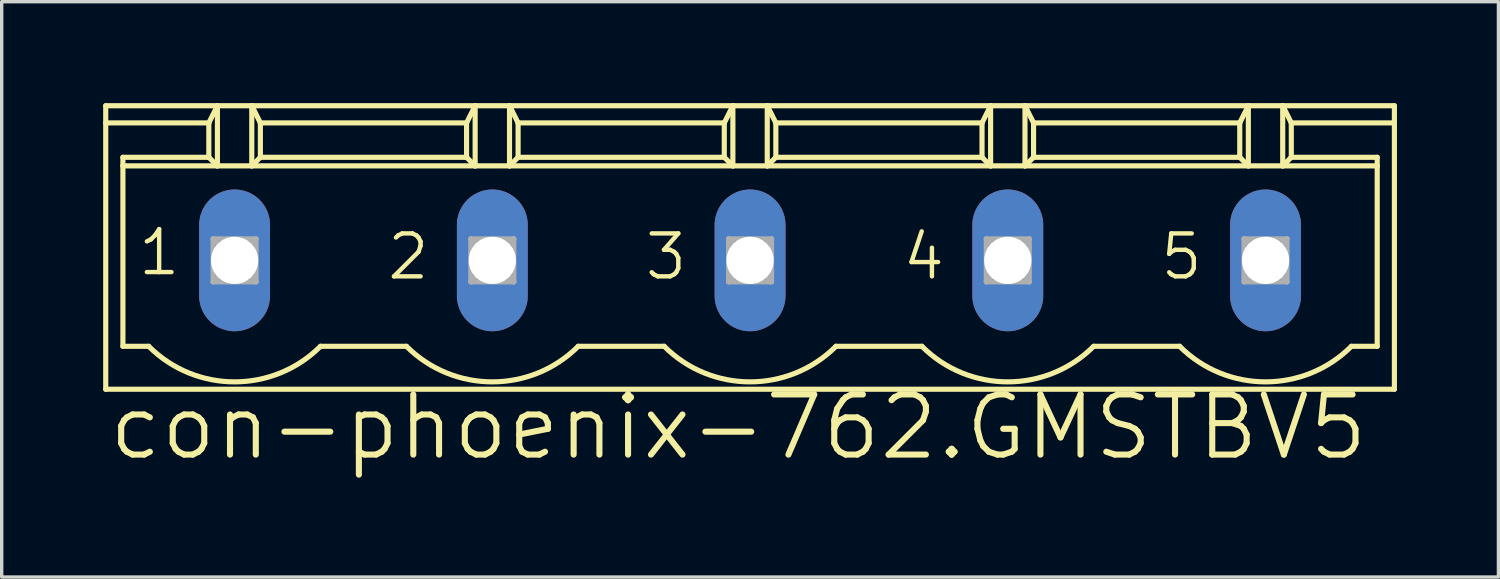
<source format=kicad_pcb>
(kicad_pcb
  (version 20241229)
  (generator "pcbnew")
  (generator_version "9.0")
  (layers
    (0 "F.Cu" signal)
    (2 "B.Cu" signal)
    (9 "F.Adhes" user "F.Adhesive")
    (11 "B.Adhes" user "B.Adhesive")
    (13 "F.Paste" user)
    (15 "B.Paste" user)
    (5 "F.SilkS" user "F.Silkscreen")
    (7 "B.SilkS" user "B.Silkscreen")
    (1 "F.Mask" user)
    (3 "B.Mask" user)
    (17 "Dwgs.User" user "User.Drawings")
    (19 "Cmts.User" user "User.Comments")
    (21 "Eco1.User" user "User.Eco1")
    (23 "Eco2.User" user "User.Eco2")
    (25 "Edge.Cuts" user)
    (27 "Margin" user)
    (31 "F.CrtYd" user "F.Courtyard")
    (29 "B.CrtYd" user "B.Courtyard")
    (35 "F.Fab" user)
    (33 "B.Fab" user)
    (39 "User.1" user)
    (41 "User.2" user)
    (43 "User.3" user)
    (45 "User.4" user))
  (footprint "con-phoenix-762.GMSTBV5"
    (layer "F.Cu")
    (at 19.126 4.648)
    (property "Reference" "con-phoenix-762.GMSTBV5" (at -19.05 5.969 0) (layer "F.SilkS") (effects (font (size 1.778 1.778) (thickness 0.18)) (justify left bottom)))
    (attr through_hole)
    (fp_line (start -19.05 -4.572) (end -15.748 -4.572) (stroke (width 0.152) (type default)) (layer "F.SilkS"))
    (fp_line (start -19.05 -4.064) (end -19.05 -4.572) (stroke (width 0.152) (type default)) (layer "F.SilkS"))
    (fp_line (start -19.05 -4.064) (end -16.002 -4.064) (stroke (width 0.152) (type default)) (layer "F.SilkS"))
    (fp_line (start -19.05 3.81) (end -19.05 -4.064) (stroke (width 0.152) (type default)) (layer "F.SilkS"))
    (fp_line (start -18.542 -3.048) (end -16.002 -3.048) (stroke (width 0.152) (type default)) (layer "F.SilkS"))
    (fp_line (start -18.542 -2.794) (end -18.542 -3.048) (stroke (width 0.152) (type default)) (layer "F.SilkS"))
    (fp_line (start -18.542 -2.794) (end -15.748 -2.794) (stroke (width 0.152) (type default)) (layer "F.SilkS"))
    (fp_line (start -18.542 2.54) (end -18.542 -2.794) (stroke (width 0.152) (type default)) (layer "F.SilkS"))
    (fp_line (start -17.78 2.54) (end -18.542 2.54) (stroke (width 0.152) (type default)) (layer "F.SilkS"))
    (fp_line (start -16.002 -4.064) (end -15.748 -4.572) (stroke (width 0.152) (type default)) (layer "F.SilkS"))
    (fp_line (start -16.002 -3.048) (end -16.002 -4.064) (stroke (width 0.152) (type default)) (layer "F.SilkS"))
    (fp_line (start -16.002 -3.048) (end -15.748 -2.794) (stroke (width 0.152) (type default)) (layer "F.SilkS"))
    (fp_line (start -15.748 -4.572) (end -14.732 -4.572) (stroke (width 0.152) (type default)) (layer "F.SilkS"))
    (fp_line (start -15.748 -2.794) (end -15.748 -4.572) (stroke (width 0.152) (type default)) (layer "F.SilkS"))
    (fp_line (start -15.748 -2.794) (end -14.732 -2.794) (stroke (width 0.152) (type default)) (layer "F.SilkS"))
    (fp_line (start -14.732 -4.572) (end -14.478 -4.064) (stroke (width 0.152) (type default)) (layer "F.SilkS"))
    (fp_line (start -14.732 -4.572) (end -8.128 -4.572) (stroke (width 0.152) (type default)) (layer "F.SilkS"))
    (fp_line (start -14.732 -2.794) (end -14.732 -4.572) (stroke (width 0.152) (type default)) (layer "F.SilkS"))
    (fp_line (start -14.732 -2.794) (end -8.128 -2.794) (stroke (width 0.152) (type default)) (layer "F.SilkS"))
    (fp_line (start -14.478 -4.064) (end -14.478 -3.048) (stroke (width 0.152) (type default)) (layer "F.SilkS"))
    (fp_line (start -14.478 -4.064) (end -8.382 -4.064) (stroke (width 0.152) (type default)) (layer "F.SilkS"))
    (fp_line (start -14.478 -3.048) (end -14.732 -2.794) (stroke (width 0.152) (type default)) (layer "F.SilkS"))
    (fp_line (start -10.16 2.54) (end -12.7 2.54) (stroke (width 0.152) (type default)) (layer "F.SilkS"))
    (fp_line (start -8.382 -4.064) (end -8.382 -3.048) (stroke (width 0.152) (type default)) (layer "F.SilkS"))
    (fp_line (start -8.382 -4.064) (end -8.128 -4.572) (stroke (width 0.152) (type default)) (layer "F.SilkS"))
    (fp_line (start -8.382 -3.048) (end -14.478 -3.048) (stroke (width 0.152) (type default)) (layer "F.SilkS"))
    (fp_line (start -8.382 -3.048) (end -8.128 -2.794) (stroke (width 0.152) (type default)) (layer "F.SilkS"))
    (fp_line (start -8.128 -4.572) (end -7.112 -4.572) (stroke (width 0.152) (type default)) (layer "F.SilkS"))
    (fp_line (start -8.128 -2.794) (end -8.128 -4.572) (stroke (width 0.152) (type default)) (layer "F.SilkS"))
    (fp_line (start -8.128 -2.794) (end -7.112 -2.794) (stroke (width 0.152) (type default)) (layer "F.SilkS"))
    (fp_line (start -7.112 -4.572) (end -6.858 -4.064) (stroke (width 0.152) (type default)) (layer "F.SilkS"))
    (fp_line (start -7.112 -4.572) (end -0.508 -4.572) (stroke (width 0.152) (type default)) (layer "F.SilkS"))
    (fp_line (start -7.112 -2.794) (end -7.112 -4.572) (stroke (width 0.152) (type default)) (layer "F.SilkS"))
    (fp_line (start -7.112 -2.794) (end -0.508 -2.794) (stroke (width 0.152) (type default)) (layer "F.SilkS"))
    (fp_line (start -6.858 -4.064) (end -6.858 -3.048) (stroke (width 0.152) (type default)) (layer "F.SilkS"))
    (fp_line (start -6.858 -4.064) (end -0.762 -4.064) (stroke (width 0.152) (type default)) (layer "F.SilkS"))
    (fp_line (start -6.858 -3.048) (end -7.112 -2.794) (stroke (width 0.152) (type default)) (layer "F.SilkS"))
    (fp_line (start -6.858 -3.048) (end -0.762 -3.048) (stroke (width 0.152) (type default)) (layer "F.SilkS"))
    (fp_line (start -2.54 2.54) (end -5.08 2.54) (stroke (width 0.152) (type default)) (layer "F.SilkS"))
    (fp_line (start -0.762 -4.064) (end -0.508 -4.572) (stroke (width 0.152) (type default)) (layer "F.SilkS"))
    (fp_line (start -0.762 -3.048) (end -0.762 -4.064) (stroke (width 0.152) (type default)) (layer "F.SilkS"))
    (fp_line (start -0.762 -3.048) (end -0.508 -2.794) (stroke (width 0.152) (type default)) (layer "F.SilkS"))
    (fp_line (start -0.508 -4.572) (end 0.508 -4.572) (stroke (width 0.152) (type default)) (layer "F.SilkS"))
    (fp_line (start -0.508 -2.794) (end -0.508 -4.572) (stroke (width 0.152) (type default)) (layer "F.SilkS"))
    (fp_line (start -0.508 -2.794) (end 0.508 -2.794) (stroke (width 0.152) (type default)) (layer "F.SilkS"))
    (fp_line (start 0.508 -4.572) (end 0.762 -4.064) (stroke (width 0.152) (type default)) (layer "F.SilkS"))
    (fp_line (start 0.508 -4.572) (end 7.112 -4.572) (stroke (width 0.152) (type default)) (layer "F.SilkS"))
    (fp_line (start 0.508 -2.794) (end 0.508 -4.572) (stroke (width 0.152) (type default)) (layer "F.SilkS"))
    (fp_line (start 0.508 -2.794) (end 7.112 -2.794) (stroke (width 0.152) (type default)) (layer "F.SilkS"))
    (fp_line (start 0.762 -4.064) (end 0.762 -3.048) (stroke (width 0.152) (type default)) (layer "F.SilkS"))
    (fp_line (start 0.762 -4.064) (end 6.858 -4.064) (stroke (width 0.152) (type default)) (layer "F.SilkS"))
    (fp_line (start 0.762 -3.048) (end 0.508 -2.794) (stroke (width 0.152) (type default)) (layer "F.SilkS"))
    (fp_line (start 5.08 2.54) (end 2.54 2.54) (stroke (width 0.152) (type default)) (layer "F.SilkS"))
    (fp_line (start 6.858 -4.064) (end 6.858 -3.048) (stroke (width 0.152) (type default)) (layer "F.SilkS"))
    (fp_line (start 6.858 -4.064) (end 7.112 -4.572) (stroke (width 0.152) (type default)) (layer "F.SilkS"))
    (fp_line (start 6.858 -3.048) (end 0.762 -3.048) (stroke (width 0.152) (type default)) (layer "F.SilkS"))
    (fp_line (start 6.858 -3.048) (end 7.112 -2.794) (stroke (width 0.152) (type default)) (layer "F.SilkS"))
    (fp_line (start 7.112 -4.572) (end 8.128 -4.572) (stroke (width 0.152) (type default)) (layer "F.SilkS"))
    (fp_line (start 7.112 -2.794) (end 7.112 -4.572) (stroke (width 0.152) (type default)) (layer "F.SilkS"))
    (fp_line (start 7.112 -2.794) (end 8.128 -2.794) (stroke (width 0.152) (type default)) (layer "F.SilkS"))
    (fp_line (start 8.128 -4.572) (end 8.382 -4.064) (stroke (width 0.152) (type default)) (layer "F.SilkS"))
    (fp_line (start 8.128 -4.572) (end 14.732 -4.572) (stroke (width 0.152) (type default)) (layer "F.SilkS"))
    (fp_line (start 8.128 -2.794) (end 8.128 -4.572) (stroke (width 0.152) (type default)) (layer "F.SilkS"))
    (fp_line (start 8.128 -2.794) (end 14.732 -2.794) (stroke (width 0.152) (type default)) (layer "F.SilkS"))
    (fp_line (start 8.382 -4.064) (end 8.382 -3.048) (stroke (width 0.152) (type default)) (layer "F.SilkS"))
    (fp_line (start 8.382 -4.064) (end 14.478 -4.064) (stroke (width 0.152) (type default)) (layer "F.SilkS"))
    (fp_line (start 8.382 -3.048) (end 8.128 -2.794) (stroke (width 0.152) (type default)) (layer "F.SilkS"))
    (fp_line (start 8.382 -3.048) (end 14.478 -3.048) (stroke (width 0.152) (type default)) (layer "F.SilkS"))
    (fp_line (start 12.7 2.54) (end 10.16 2.54) (stroke (width 0.152) (type default)) (layer "F.SilkS"))
    (fp_line (start 14.478 -4.064) (end 14.478 -3.048) (stroke (width 0.152) (type default)) (layer "F.SilkS"))
    (fp_line (start 14.478 -4.064) (end 14.732 -4.572) (stroke (width 0.152) (type default)) (layer "F.SilkS"))
    (fp_line (start 14.478 -3.048) (end 14.732 -2.794) (stroke (width 0.152) (type default)) (layer "F.SilkS"))
    (fp_line (start 14.732 -4.572) (end 15.748 -4.572) (stroke (width 0.152) (type default)) (layer "F.SilkS"))
    (fp_line (start 14.732 -2.794) (end 14.732 -4.572) (stroke (width 0.152) (type default)) (layer "F.SilkS"))
    (fp_line (start 14.732 -2.794) (end 15.748 -2.794) (stroke (width 0.152) (type default)) (layer "F.SilkS"))
    (fp_line (start 15.748 -4.572) (end 16.002 -4.064) (stroke (width 0.152) (type default)) (layer "F.SilkS"))
    (fp_line (start 15.748 -4.572) (end 19.05 -4.572) (stroke (width 0.152) (type default)) (layer "F.SilkS"))
    (fp_line (start 15.748 -2.794) (end 15.748 -4.572) (stroke (width 0.152) (type default)) (layer "F.SilkS"))
    (fp_line (start 15.748 -2.794) (end 18.542 -2.794) (stroke (width 0.152) (type default)) (layer "F.SilkS"))
    (fp_line (start 16.002 -4.064) (end 16.002 -3.048) (stroke (width 0.152) (type default)) (layer "F.SilkS"))
    (fp_line (start 16.002 -4.064) (end 19.05 -4.064) (stroke (width 0.152) (type default)) (layer "F.SilkS"))
    (fp_line (start 16.002 -3.048) (end 15.748 -2.794) (stroke (width 0.152) (type default)) (layer "F.SilkS"))
    (fp_line (start 16.002 -3.048) (end 18.542 -3.048) (stroke (width 0.152) (type default)) (layer "F.SilkS"))
    (fp_line (start 18.542 -3.048) (end 18.542 -2.794) (stroke (width 0.152) (type default)) (layer "F.SilkS"))
    (fp_line (start 18.542 -2.794) (end 18.542 2.54) (stroke (width 0.152) (type default)) (layer "F.SilkS"))
    (fp_line (start 18.542 2.54) (end 17.78 2.54) (stroke (width 0.152) (type default)) (layer "F.SilkS"))
    (fp_line (start 19.05 -4.064) (end 19.05 -4.572) (stroke (width 0.152) (type default)) (layer "F.SilkS"))
    (fp_line (start 19.05 3.81) (end -19.05 3.81) (stroke (width 0.152) (type default)) (layer "F.SilkS"))
    (fp_line (start 19.05 3.81) (end 19.05 -4.064) (stroke (width 0.152) (type default)) (layer "F.SilkS"))
    (fp_arc (start -12.7 2.54) (mid -15.24 3.592102) (end -17.78 2.54) (stroke (width 0.1524) (type default)) (layer "F.SilkS"))
    (fp_arc (start -5.08 2.54) (mid -7.62 3.592102) (end -10.16 2.54) (stroke (width 0.1524) (type default)) (layer "F.SilkS"))
    (fp_arc (start 2.54 2.54) (mid 0 3.592102) (end -2.54 2.54) (stroke (width 0.1524) (type default)) (layer "F.SilkS"))
    (fp_arc (start 10.16 2.54) (mid 7.62 3.592102) (end 5.08 2.54) (stroke (width 0.1524) (type default)) (layer "F.SilkS"))
    (fp_arc (start 17.78 2.54) (mid 15.24 3.592102) (end 12.7 2.54) (stroke (width 0.1524) (type default)) (layer "F.SilkS"))
    (fp_line (start -15.875 -0.635) (end -15.875 0.635) (stroke (width 0.152) (type default)) (layer "F.Fab"))
    (fp_line (start -15.875 -0.635) (end -14.605 0.635) (stroke (width 0.152) (type default)) (layer "F.Fab"))
    (fp_line (start -15.875 0.635) (end -14.605 -0.635) (stroke (width 0.152) (type default)) (layer "F.Fab"))
    (fp_line (start -15.875 0.635) (end -14.605 0.635) (stroke (width 0.152) (type default)) (layer "F.Fab"))
    (fp_line (start -14.605 -0.635) (end -15.875 -0.635) (stroke (width 0.152) (type default)) (layer "F.Fab"))
    (fp_line (start -14.605 0.635) (end -14.605 -0.635) (stroke (width 0.152) (type default)) (layer "F.Fab"))
    (fp_line (start -8.255 -0.635) (end -8.255 0.635) (stroke (width 0.152) (type default)) (layer "F.Fab"))
    (fp_line (start -8.255 -0.635) (end -6.985 0.635) (stroke (width 0.152) (type default)) (layer "F.Fab"))
    (fp_line (start -8.255 0.635) (end -6.985 -0.635) (stroke (width 0.152) (type default)) (layer "F.Fab"))
    (fp_line (start -8.255 0.635) (end -6.985 0.635) (stroke (width 0.152) (type default)) (layer "F.Fab"))
    (fp_line (start -6.985 -0.635) (end -8.255 -0.635) (stroke (width 0.152) (type default)) (layer "F.Fab"))
    (fp_line (start -6.985 0.635) (end -6.985 -0.635) (stroke (width 0.152) (type default)) (layer "F.Fab"))
    (fp_line (start -0.635 -0.635) (end -0.635 0.635) (stroke (width 0.152) (type default)) (layer "F.Fab"))
    (fp_line (start -0.635 -0.635) (end 0.635 0.635) (stroke (width 0.152) (type default)) (layer "F.Fab"))
    (fp_line (start -0.635 0.635) (end 0.635 -0.635) (stroke (width 0.152) (type default)) (layer "F.Fab"))
    (fp_line (start -0.635 0.635) (end 0.635 0.635) (stroke (width 0.152) (type default)) (layer "F.Fab"))
    (fp_line (start 0.635 -0.635) (end -0.635 -0.635) (stroke (width 0.152) (type default)) (layer "F.Fab"))
    (fp_line (start 0.635 0.635) (end 0.635 -0.635) (stroke (width 0.152) (type default)) (layer "F.Fab"))
    (fp_line (start 6.985 -0.635) (end 6.985 0.635) (stroke (width 0.152) (type default)) (layer "F.Fab"))
    (fp_line (start 6.985 -0.635) (end 8.255 0.635) (stroke (width 0.152) (type default)) (layer "F.Fab"))
    (fp_line (start 6.985 0.635) (end 8.255 -0.635) (stroke (width 0.152) (type default)) (layer "F.Fab"))
    (fp_line (start 6.985 0.635) (end 8.255 0.635) (stroke (width 0.152) (type default)) (layer "F.Fab"))
    (fp_line (start 8.255 -0.635) (end 6.985 -0.635) (stroke (width 0.152) (type default)) (layer "F.Fab"))
    (fp_line (start 8.255 0.635) (end 8.255 -0.635) (stroke (width 0.152) (type default)) (layer "F.Fab"))
    (fp_line (start 14.605 -0.635) (end 14.605 0.635) (stroke (width 0.152) (type default)) (layer "F.Fab"))
    (fp_line (start 14.605 -0.635) (end 15.875 0.635) (stroke (width 0.152) (type default)) (layer "F.Fab"))
    (fp_line (start 14.605 0.635) (end 15.875 -0.635) (stroke (width 0.152) (type default)) (layer "F.Fab"))
    (fp_line (start 14.605 0.635) (end 15.875 0.635) (stroke (width 0.152) (type default)) (layer "F.Fab"))
    (fp_line (start 15.875 -0.635) (end 14.605 -0.635) (stroke (width 0.152) (type default)) (layer "F.Fab"))
    (fp_line (start 15.875 0.635) (end 15.875 -0.635) (stroke (width 0.152) (type default)) (layer "F.Fab"))
    (fp_text user "4" (at 4.445 0.635 0) (layer "F.SilkS") (effects (font (size 1.27 1.27) (thickness 0.13)) (justify left bottom)))
    (fp_text user "2" (at -10.795 0.635 0) (layer "F.SilkS") (effects (font (size 1.27 1.27) (thickness 0.13)) (justify left bottom)))
    (fp_text user "5" (at 12.065 0.635 0) (layer "F.SilkS") (effects (font (size 1.27 1.27) (thickness 0.13)) (justify left bottom)))
    (fp_text user "3" (at -3.175 0.635 0) (layer "F.SilkS") (effects (font (size 1.27 1.27) (thickness 0.13)) (justify left bottom)))
    (fp_text user "1" (at -18.161 0.508 0) (layer "F.SilkS") (effects (font (size 1.27 1.27) (thickness 0.13)) (justify left bottom)))
    (pad "1" thru_hole oval (at -15.24 0 90) (size 4.191 2.095) (drill 1.397) (layers "*.Cu" "*.Mask"))
    (pad "2" thru_hole oval (at -7.62 0 90) (size 4.191 2.095) (drill 1.397) (layers "*.Cu" "*.Mask"))
    (pad "3" thru_hole oval (at 0 0 90) (size 4.191 2.095) (drill 1.397) (layers "*.Cu" "*.Mask"))
    (pad "4" thru_hole oval (at 7.62 0 90) (size 4.191 2.095) (drill 1.397) (layers "*.Cu" "*.Mask"))
    (pad "5" thru_hole oval (at 15.24 0 90) (size 4.191 2.095) (drill 1.397) (layers "*.Cu" "*.Mask")))
  (gr_rect
    (start -3 -3)
    (end 41.252 14.011)
    (stroke (width 0.1) (type default))
    (fill no)
    (layer "Edge.Cuts")))
</source>
